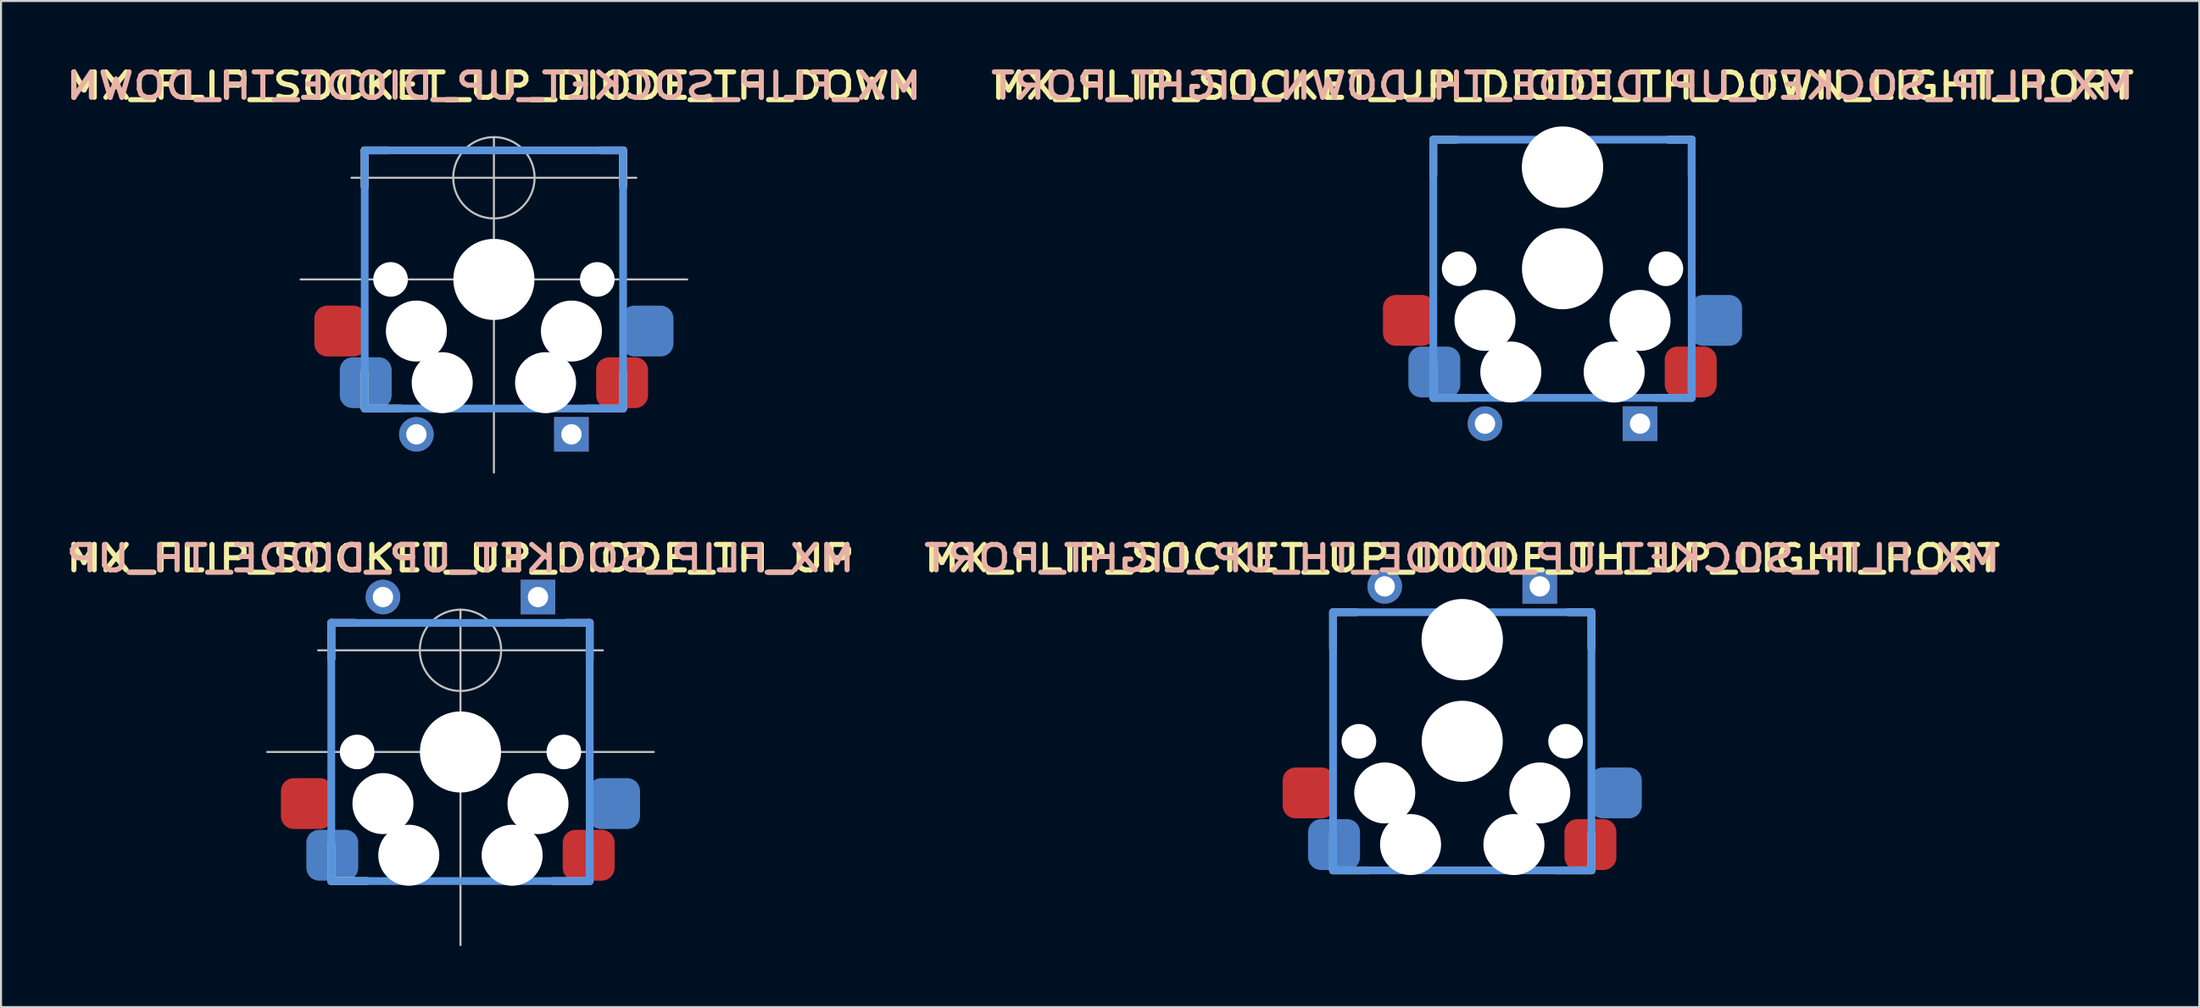
<source format=kicad_pcb>
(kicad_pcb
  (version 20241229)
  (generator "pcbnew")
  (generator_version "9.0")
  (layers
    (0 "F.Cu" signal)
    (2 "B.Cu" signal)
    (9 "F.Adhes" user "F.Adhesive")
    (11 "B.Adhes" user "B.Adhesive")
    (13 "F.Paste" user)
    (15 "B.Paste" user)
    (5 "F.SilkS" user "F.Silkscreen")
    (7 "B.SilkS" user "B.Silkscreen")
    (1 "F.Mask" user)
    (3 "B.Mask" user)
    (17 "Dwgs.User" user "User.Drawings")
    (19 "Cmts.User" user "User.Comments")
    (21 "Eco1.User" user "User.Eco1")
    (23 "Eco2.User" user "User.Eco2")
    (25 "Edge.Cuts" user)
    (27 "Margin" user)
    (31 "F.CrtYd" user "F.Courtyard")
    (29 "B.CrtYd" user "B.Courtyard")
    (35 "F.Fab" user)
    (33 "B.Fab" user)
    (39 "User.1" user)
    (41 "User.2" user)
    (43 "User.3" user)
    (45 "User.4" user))
  (footprint "MX_FLIP_SOCKET_UP_DIODE_TH_DOWN_LIGHT_PORT"
    (layer "F.Cu")
    (at 73.746 10.17)
    (property "Reference" "MX_FLIP_SOCKET_UP_DIODE_TH_DOWN_LIGHT_PORT" (at 0 -9 180) (layer "F.SilkS") (effects (font (size 1.25 1.5) (thickness 0.25))))
    (attr through_hole)
    (fp_line (start -6.35 -6.35) (end -5.2 -6.35) (stroke (width 0.381) (type solid)) (layer "F.SilkS"))
    (fp_line (start -6.35 -4.572) (end -6.35 -6.35) (stroke (width 0.381) (type solid)) (layer "F.SilkS"))
    (fp_line (start -6.35 6.35) (end -6.35 4.572) (stroke (width 0.381) (type solid)) (layer "F.SilkS"))
    (fp_line (start -4.572 6.35) (end -6.35 6.35) (stroke (width 0.381) (type solid)) (layer "F.SilkS"))
    (fp_line (start 5.2 -6.35) (end 6.35 -6.35) (stroke (width 0.381) (type solid)) (layer "F.SilkS"))
    (fp_line (start 6.35 -6.35) (end 6.35 -4.572) (stroke (width 0.381) (type solid)) (layer "F.SilkS"))
    (fp_line (start 6.35 4.572) (end 6.35 6.35) (stroke (width 0.381) (type solid)) (layer "F.SilkS"))
    (fp_line (start 6.35 6.35) (end 4.572 6.35) (stroke (width 0.381) (type solid)) (layer "F.SilkS"))
    (fp_line (start -6.35 -6.35) (end 6.35 -6.35) (stroke (width 0.381) (type solid)) (layer "Cmts.User"))
    (fp_line (start -6.35 6.35) (end -6.35 -6.35) (stroke (width 0.381) (type solid)) (layer "Cmts.User"))
    (fp_line (start 6.35 -6.35) (end 6.35 6.35) (stroke (width 0.381) (type solid)) (layer "Cmts.User"))
    (fp_line (start 6.35 6.35) (end -6.35 6.35) (stroke (width 0.381) (type solid)) (layer "Cmts.User"))
    (fp_line (start -9.5 -9.5) (end 9.5 -9.5) (stroke (width 0.025) (type solid)) (layer "Eco2.User"))
    (fp_line (start -9.5 9.5) (end -9.5 -9.5) (stroke (width 0.025) (type solid)) (layer "Eco2.User"))
    (fp_line (start -7 -7) (end 7 -7) (stroke (width 0.025) (type solid)) (layer "Eco2.User"))
    (fp_line (start -7 7) (end -7 -7) (stroke (width 0.025) (type solid)) (layer "Eco2.User"))
    (fp_line (start 7 7) (end -7 7) (stroke (width 0.025) (type solid)) (layer "Eco2.User"))
    (fp_line (start 7 7) (end 7 -7) (stroke (width 0.025) (type solid)) (layer "Eco2.User"))
    (fp_line (start 9.5 -9.5) (end 9.5 9.5) (stroke (width 0.025) (type solid)) (layer "Eco2.User"))
    (fp_line (start 9.5 9.5) (end -9.5 9.5) (stroke (width 0.025) (type solid)) (layer "Eco2.User"))
    (fp_text user "${REFERENCE}" (at 0 -9 0) (layer "B.SilkS") (effects (font (size 1.25 1.5) (thickness 0.25)) (justify mirror)))
    (pad "" np_thru_hole circle (at -5.08 0 180) (size 1.702 1.702) (drill 1.702) (layers "*.Cu" "*.Mask"))
    (pad "" np_thru_hole circle (at -3.81 2.54 180) (size 3 3) (drill 3) (layers "*.Cu" "*.Mask"))
    (pad "" np_thru_hole circle (at -2.54 5.08 180) (size 3 3) (drill 3) (layers "*.Cu" "*.Mask"))
    (pad "" np_thru_hole circle (at 0 -5 180) (size 4 4) (drill 4) (layers "*.Cu" "*.Mask"))
    (pad "" np_thru_hole circle (at 0 0 180) (size 3.988 3.988) (drill 3.988) (layers "*.Cu" "*.Mask"))
    (pad "" np_thru_hole circle (at 2.54 5.08 180) (size 3 3) (drill 3) (layers "*.Cu" "*.Mask"))
    (pad "" np_thru_hole circle (at 3.81 2.54 180) (size 3 3) (drill 3) (layers "*.Cu" "*.Mask"))
    (pad "" np_thru_hole circle (at 5.08 0 180) (size 1.702 1.702) (drill 1.702) (layers "*.Cu" "*.Mask"))
    (pad "1" smd roundrect (at 6.3 5.08 180) (size 2.55 2.5) (layers "F.Cu" "F.Mask" "F.Paste") (roundrect_rratio 0.25))
    (pad "1" smd roundrect (at 7.55 2.54 180) (size 2.55 2.5) (layers "B.Cu" "B.Mask" "B.Paste") (roundrect_rratio 0.25))
    (pad "2" smd roundrect (at -7.55 2.54 180) (size 2.55 2.5) (layers "F.Cu" "F.Mask" "F.Paste") (roundrect_rratio 0.25))
    (pad "2" smd roundrect (at -6.3 5.08 180) (size 2.55 2.5) (layers "B.Cu" "B.Mask" "B.Paste") (roundrect_rratio 0.25))
    (pad "3" thru_hole circle (at -3.81 7.62) (size 1.7 1.7) (drill 1) (layers "*.Cu" "*.Mask"))
    (pad "4" thru_hole rect (at 3.81 7.62) (size 1.7 1.7) (drill 1) (layers "*.Cu" "*.Mask")))
  (footprint "MX_FLIP_SOCKET_UP_DIODE_TH_UP"
    (layer "F.Cu")
    (at 19.582 33.94)
    (property "Reference" "MX_FLIP_SOCKET_UP_DIODE_TH_UP" (at 0 -9.525 180) (layer "F.SilkS") (effects (font (size 1.25 1.5) (thickness 0.25))))
    (attr through_hole)
    (fp_line (start -6.35 -6.35) (end -5.2 -6.35) (stroke (width 0.381) (type solid)) (layer "F.SilkS"))
    (fp_line (start -6.35 -4.572) (end -6.35 -6.35) (stroke (width 0.381) (type solid)) (layer "F.SilkS"))
    (fp_line (start -6.35 6.35) (end -6.35 4.572) (stroke (width 0.381) (type solid)) (layer "F.SilkS"))
    (fp_line (start -4.572 6.35) (end -6.35 6.35) (stroke (width 0.381) (type solid)) (layer "F.SilkS"))
    (fp_line (start 5.2 -6.35) (end 6.35 -6.35) (stroke (width 0.381) (type solid)) (layer "F.SilkS"))
    (fp_line (start 6.35 -6.35) (end 6.35 -4.572) (stroke (width 0.381) (type solid)) (layer "F.SilkS"))
    (fp_line (start -6.35 -6.35) (end -5.2 -6.35) (stroke (width 0.381) (type solid)) (layer "B.SilkS"))
    (fp_line (start -6.35 -4.572) (end -6.35 -6.35) (stroke (width 0.381) (type solid)) (layer "B.SilkS"))
    (fp_line (start 5.2 -6.35) (end 6.35 -6.35) (stroke (width 0.381) (type solid)) (layer "B.SilkS"))
    (fp_line (start 6.35 -6.35) (end 6.35 -4.572) (stroke (width 0.381) (type solid)) (layer "B.SilkS"))
    (fp_line (start 6.35 4.572) (end 6.35 6.35) (stroke (width 0.381) (type solid)) (layer "B.SilkS"))
    (fp_line (start 6.35 6.35) (end 4.572 6.35) (stroke (width 0.381) (type solid)) (layer "B.SilkS"))
    (fp_line (start -9.5 0) (end 9.5 0) (stroke (width 0.1) (type solid)) (layer "Dwgs.User"))
    (fp_line (start -7 -5) (end 7 -5) (stroke (width 0.1) (type solid)) (layer "Dwgs.User"))
    (fp_line (start 0 -7) (end 0 9.5) (stroke (width 0.1) (type solid)) (layer "Dwgs.User"))
    (fp_circle (center 0 -5) (end 2 -5) (stroke (width 0.1) (type solid)) (fill no) (layer "Dwgs.User"))
    (fp_line (start -6.35 -6.35) (end 6.35 -6.35) (stroke (width 0.381) (type solid)) (layer "Cmts.User"))
    (fp_line (start -6.35 6.35) (end -6.35 -6.35) (stroke (width 0.381) (type solid)) (layer "Cmts.User"))
    (fp_line (start 6.35 -6.35) (end 6.35 6.35) (stroke (width 0.381) (type solid)) (layer "Cmts.User"))
    (fp_line (start 6.35 6.35) (end -6.35 6.35) (stroke (width 0.381) (type solid)) (layer "Cmts.User"))
    (fp_line (start -9.5 -9.5) (end 9.5 -9.5) (stroke (width 0.025) (type solid)) (layer "Eco2.User"))
    (fp_line (start -9.5 9.5) (end -9.5 -9.5) (stroke (width 0.025) (type solid)) (layer "Eco2.User"))
    (fp_line (start -7 -7) (end 7 -7) (stroke (width 0.025) (type solid)) (layer "Eco2.User"))
    (fp_line (start -7 7) (end -7 -7) (stroke (width 0.025) (type solid)) (layer "Eco2.User"))
    (fp_line (start 7 7) (end -7 7) (stroke (width 0.025) (type solid)) (layer "Eco2.User"))
    (fp_line (start 7 7) (end 7 -7) (stroke (width 0.025) (type solid)) (layer "Eco2.User"))
    (fp_line (start 9.5 -9.5) (end 9.5 9.5) (stroke (width 0.025) (type solid)) (layer "Eco2.User"))
    (fp_line (start 9.5 9.5) (end -9.5 9.5) (stroke (width 0.025) (type solid)) (layer "Eco2.User"))
    (fp_text user "${REFERENCE}" (at 0 -9.525 0) (layer "B.SilkS") (effects (font (size 1.25 1.5) (thickness 0.25)) (justify mirror)))
    (pad "" np_thru_hole circle (at -5.08 0 180) (size 1.702 1.702) (drill 1.702) (layers "*.Cu" "*.Mask"))
    (pad "" np_thru_hole circle (at -3.81 2.54 180) (size 3 3) (drill 3) (layers "*.Cu" "*.Mask"))
    (pad "" np_thru_hole circle (at -2.54 5.08 180) (size 3 3) (drill 3) (layers "*.Cu" "*.Mask"))
    (pad "" np_thru_hole circle (at 0 0 180) (size 3.988 3.988) (drill 3.988) (layers "*.Cu" "*.Mask"))
    (pad "" np_thru_hole circle (at 2.54 5.08 180) (size 3 3) (drill 3) (layers "*.Cu" "*.Mask"))
    (pad "" np_thru_hole circle (at 3.81 2.54 180) (size 3 3) (drill 3) (layers "*.Cu" "*.Mask"))
    (pad "" np_thru_hole circle (at 5.08 0 180) (size 1.702 1.702) (drill 1.702) (layers "*.Cu" "*.Mask"))
    (pad "1" smd roundrect (at 6.3 5.08 180) (size 2.55 2.5) (layers "F.Cu" "F.Mask" "F.Paste") (roundrect_rratio 0.25))
    (pad "1" smd roundrect (at 7.55 2.54 180) (size 2.55 2.5) (layers "B.Cu" "B.Mask" "B.Paste") (roundrect_rratio 0.25))
    (pad "2" smd roundrect (at -7.55 2.54 180) (size 2.55 2.5) (layers "F.Cu" "F.Mask" "F.Paste") (roundrect_rratio 0.25))
    (pad "2" smd roundrect (at -6.3 5.08 180) (size 2.55 2.5) (layers "B.Cu" "B.Mask" "B.Paste") (roundrect_rratio 0.25))
    (pad "3" thru_hole circle (at -3.81 -7.62) (size 1.7 1.7) (drill 1) (layers "*.Cu" "*.Mask"))
    (pad "4" thru_hole rect (at 3.81 -7.62) (size 1.7 1.7) (drill 1) (layers "*.Cu" "*.Mask")))
  (footprint "MX_FLIP_SOCKET_UP_DIODE_TH_UP_LIGHT_PORT"
    (layer "F.Cu")
    (at 68.818 33.415)
    (property "Reference" "MX_FLIP_SOCKET_UP_DIODE_TH_UP_LIGHT_PORT" (at 0 -9 180) (layer "F.SilkS") (effects (font (size 1.25 1.5) (thickness 0.25))))
    (attr through_hole)
    (fp_line (start -6.35 -6.35) (end -5.2 -6.35) (stroke (width 0.381) (type solid)) (layer "F.SilkS"))
    (fp_line (start -6.35 -4.572) (end -6.35 -6.35) (stroke (width 0.381) (type solid)) (layer "F.SilkS"))
    (fp_line (start -6.35 6.35) (end -6.35 4.572) (stroke (width 0.381) (type solid)) (layer "F.SilkS"))
    (fp_line (start -4.572 6.35) (end -6.35 6.35) (stroke (width 0.381) (type solid)) (layer "F.SilkS"))
    (fp_line (start 5.2 -6.35) (end 6.35 -6.35) (stroke (width 0.381) (type solid)) (layer "F.SilkS"))
    (fp_line (start 6.35 -6.35) (end 6.35 -4.572) (stroke (width 0.381) (type solid)) (layer "F.SilkS"))
    (fp_line (start 6.35 4.572) (end 6.35 6.35) (stroke (width 0.381) (type solid)) (layer "F.SilkS"))
    (fp_line (start 6.35 6.35) (end 4.572 6.35) (stroke (width 0.381) (type solid)) (layer "F.SilkS"))
    (fp_line (start -6.35 -6.35) (end 6.35 -6.35) (stroke (width 0.381) (type solid)) (layer "Cmts.User"))
    (fp_line (start -6.35 6.35) (end -6.35 -6.35) (stroke (width 0.381) (type solid)) (layer "Cmts.User"))
    (fp_line (start 6.35 -6.35) (end 6.35 6.35) (stroke (width 0.381) (type solid)) (layer "Cmts.User"))
    (fp_line (start 6.35 6.35) (end -6.35 6.35) (stroke (width 0.381) (type solid)) (layer "Cmts.User"))
    (fp_line (start -9.5 -9.5) (end 9.5 -9.5) (stroke (width 0.025) (type solid)) (layer "Eco2.User"))
    (fp_line (start -9.5 9.5) (end -9.5 -9.5) (stroke (width 0.025) (type solid)) (layer "Eco2.User"))
    (fp_line (start -7 -7) (end 7 -7) (stroke (width 0.025) (type solid)) (layer "Eco2.User"))
    (fp_line (start -7 7) (end -7 -7) (stroke (width 0.025) (type solid)) (layer "Eco2.User"))
    (fp_line (start 7 7) (end -7 7) (stroke (width 0.025) (type solid)) (layer "Eco2.User"))
    (fp_line (start 7 7) (end 7 -7) (stroke (width 0.025) (type solid)) (layer "Eco2.User"))
    (fp_line (start 9.5 -9.5) (end 9.5 9.5) (stroke (width 0.025) (type solid)) (layer "Eco2.User"))
    (fp_line (start 9.5 9.5) (end -9.5 9.5) (stroke (width 0.025) (type solid)) (layer "Eco2.User"))
    (fp_text user "${REFERENCE}" (at 0 -9 0) (layer "B.SilkS") (effects (font (size 1.25 1.5) (thickness 0.25)) (justify mirror)))
    (pad "" np_thru_hole circle (at -5.08 0 180) (size 1.702 1.702) (drill 1.702) (layers "*.Cu" "*.Mask"))
    (pad "" np_thru_hole circle (at -3.81 2.54 180) (size 3 3) (drill 3) (layers "*.Cu" "*.Mask"))
    (pad "" np_thru_hole circle (at -2.54 5.08 180) (size 3 3) (drill 3) (layers "*.Cu" "*.Mask"))
    (pad "" np_thru_hole circle (at 0 -5 180) (size 4 4) (drill 4) (layers "*.Cu" "*.Mask"))
    (pad "" np_thru_hole circle (at 0 0 180) (size 3.988 3.988) (drill 3.988) (layers "*.Cu" "*.Mask"))
    (pad "" np_thru_hole circle (at 2.54 5.08 180) (size 3 3) (drill 3) (layers "*.Cu" "*.Mask"))
    (pad "" np_thru_hole circle (at 3.81 2.54 180) (size 3 3) (drill 3) (layers "*.Cu" "*.Mask"))
    (pad "" np_thru_hole circle (at 5.08 0 180) (size 1.702 1.702) (drill 1.702) (layers "*.Cu" "*.Mask"))
    (pad "1" smd roundrect (at 6.3 5.08 180) (size 2.55 2.5) (layers "F.Cu" "F.Mask" "F.Paste") (roundrect_rratio 0.25))
    (pad "1" smd roundrect (at 7.55 2.54 180) (size 2.55 2.5) (layers "B.Cu" "B.Mask" "B.Paste") (roundrect_rratio 0.25))
    (pad "2" smd roundrect (at -7.55 2.54 180) (size 2.55 2.5) (layers "F.Cu" "F.Mask" "F.Paste") (roundrect_rratio 0.25))
    (pad "2" smd roundrect (at -6.3 5.08 180) (size 2.55 2.5) (layers "B.Cu" "B.Mask" "B.Paste") (roundrect_rratio 0.25))
    (pad "3" thru_hole circle (at -3.81 -7.62) (size 1.7 1.7) (drill 1) (layers "*.Cu" "*.Mask"))
    (pad "4" thru_hole rect (at 3.81 -7.62) (size 1.7 1.7) (drill 1) (layers "*.Cu" "*.Mask")))
  (footprint "MX_FLIP_SOCKET_UP_DIODE_TH_DOWN"
    (layer "F.Cu")
    (at 21.225 10.695)
    (property "Reference" "MX_FLIP_SOCKET_UP_DIODE_TH_DOWN" (at 0 -9.525 180) (layer "F.SilkS") (effects (font (size 1.25 1.5) (thickness 0.25))))
    (attr through_hole)
    (fp_line (start -6.35 -6.35) (end -5.2 -6.35) (stroke (width 0.381) (type solid)) (layer "F.SilkS"))
    (fp_line (start -6.35 -4.572) (end -6.35 -6.35) (stroke (width 0.381) (type solid)) (layer "F.SilkS"))
    (fp_line (start -6.35 6.35) (end -6.35 4.572) (stroke (width 0.381) (type solid)) (layer "F.SilkS"))
    (fp_line (start -4.572 6.35) (end -6.35 6.35) (stroke (width 0.381) (type solid)) (layer "F.SilkS"))
    (fp_line (start 5.2 -6.35) (end 6.35 -6.35) (stroke (width 0.381) (type solid)) (layer "F.SilkS"))
    (fp_line (start 6.35 -6.35) (end 6.35 -4.572) (stroke (width 0.381) (type solid)) (layer "F.SilkS"))
    (fp_line (start -6.35 -6.35) (end -5.2 -6.35) (stroke (width 0.381) (type solid)) (layer "B.SilkS"))
    (fp_line (start -6.35 -4.572) (end -6.35 -6.35) (stroke (width 0.381) (type solid)) (layer "B.SilkS"))
    (fp_line (start 5.2 -6.35) (end 6.35 -6.35) (stroke (width 0.381) (type solid)) (layer "B.SilkS"))
    (fp_line (start 6.35 -6.35) (end 6.35 -4.572) (stroke (width 0.381) (type solid)) (layer "B.SilkS"))
    (fp_line (start 6.35 4.572) (end 6.35 6.35) (stroke (width 0.381) (type solid)) (layer "B.SilkS"))
    (fp_line (start 6.35 6.35) (end 4.572 6.35) (stroke (width 0.381) (type solid)) (layer "B.SilkS"))
    (fp_line (start -9.5 0) (end 9.5 0) (stroke (width 0.1) (type solid)) (layer "Dwgs.User"))
    (fp_line (start -7 -5) (end 7 -5) (stroke (width 0.1) (type solid)) (layer "Dwgs.User"))
    (fp_line (start 0 -7) (end 0 9.5) (stroke (width 0.1) (type solid)) (layer "Dwgs.User"))
    (fp_circle (center 0 -5) (end 2 -5) (stroke (width 0.1) (type solid)) (fill no) (layer "Dwgs.User"))
    (fp_line (start -6.35 -6.35) (end 6.35 -6.35) (stroke (width 0.381) (type solid)) (layer "Cmts.User"))
    (fp_line (start -6.35 6.35) (end -6.35 -6.35) (stroke (width 0.381) (type solid)) (layer "Cmts.User"))
    (fp_line (start 6.35 -6.35) (end 6.35 6.35) (stroke (width 0.381) (type solid)) (layer "Cmts.User"))
    (fp_line (start 6.35 6.35) (end -6.35 6.35) (stroke (width 0.381) (type solid)) (layer "Cmts.User"))
    (fp_line (start -9.5 -9.5) (end 9.5 -9.5) (stroke (width 0.025) (type solid)) (layer "Eco2.User"))
    (fp_line (start -9.5 9.5) (end -9.5 -9.5) (stroke (width 0.025) (type solid)) (layer "Eco2.User"))
    (fp_line (start -7 -7) (end 7 -7) (stroke (width 0.025) (type solid)) (layer "Eco2.User"))
    (fp_line (start -7 7) (end -7 -7) (stroke (width 0.025) (type solid)) (layer "Eco2.User"))
    (fp_line (start 7 7) (end -7 7) (stroke (width 0.025) (type solid)) (layer "Eco2.User"))
    (fp_line (start 7 7) (end 7 -7) (stroke (width 0.025) (type solid)) (layer "Eco2.User"))
    (fp_line (start 9.5 -9.5) (end 9.5 9.5) (stroke (width 0.025) (type solid)) (layer "Eco2.User"))
    (fp_line (start 9.5 9.5) (end -9.5 9.5) (stroke (width 0.025) (type solid)) (layer "Eco2.User"))
    (fp_text user "${REFERENCE}" (at 0 -9.525 0) (layer "B.SilkS") (effects (font (size 1.25 1.5) (thickness 0.25)) (justify mirror)))
    (pad "" np_thru_hole circle (at -5.08 0 180) (size 1.702 1.702) (drill 1.702) (layers "*.Cu" "*.Mask"))
    (pad "" np_thru_hole circle (at -3.81 2.54 180) (size 3 3) (drill 3) (layers "*.Cu" "*.Mask"))
    (pad "" np_thru_hole circle (at -2.54 5.08 180) (size 3 3) (drill 3) (layers "*.Cu" "*.Mask"))
    (pad "" np_thru_hole circle (at 0 0 180) (size 3.988 3.988) (drill 3.988) (layers "*.Cu" "*.Mask"))
    (pad "" np_thru_hole circle (at 2.54 5.08 180) (size 3 3) (drill 3) (layers "*.Cu" "*.Mask"))
    (pad "" np_thru_hole circle (at 3.81 2.54 180) (size 3 3) (drill 3) (layers "*.Cu" "*.Mask"))
    (pad "" np_thru_hole circle (at 5.08 0 180) (size 1.702 1.702) (drill 1.702) (layers "*.Cu" "*.Mask"))
    (pad "1" smd roundrect (at 6.3 5.08 180) (size 2.55 2.5) (layers "F.Cu" "F.Mask" "F.Paste") (roundrect_rratio 0.25))
    (pad "1" smd roundrect (at 7.55 2.54 180) (size 2.55 2.5) (layers "B.Cu" "B.Mask" "B.Paste") (roundrect_rratio 0.25))
    (pad "2" smd roundrect (at -7.55 2.54 180) (size 2.55 2.5) (layers "F.Cu" "F.Mask" "F.Paste") (roundrect_rratio 0.25))
    (pad "2" smd roundrect (at -6.3 5.08 180) (size 2.55 2.5) (layers "B.Cu" "B.Mask" "B.Paste") (roundrect_rratio 0.25))
    (pad "3" thru_hole circle (at -3.81 7.62) (size 1.7 1.7) (drill 1) (layers "*.Cu" "*.Mask"))
    (pad "4" thru_hole rect (at 3.81 7.62) (size 1.7 1.7) (drill 1) (layers "*.Cu" "*.Mask")))
  (gr_rect
    (start -3 -3)
    (end 105.043 46.49)
    (stroke (width 0.1) (type default))
    (fill no)
    (layer "Edge.Cuts")))
</source>
